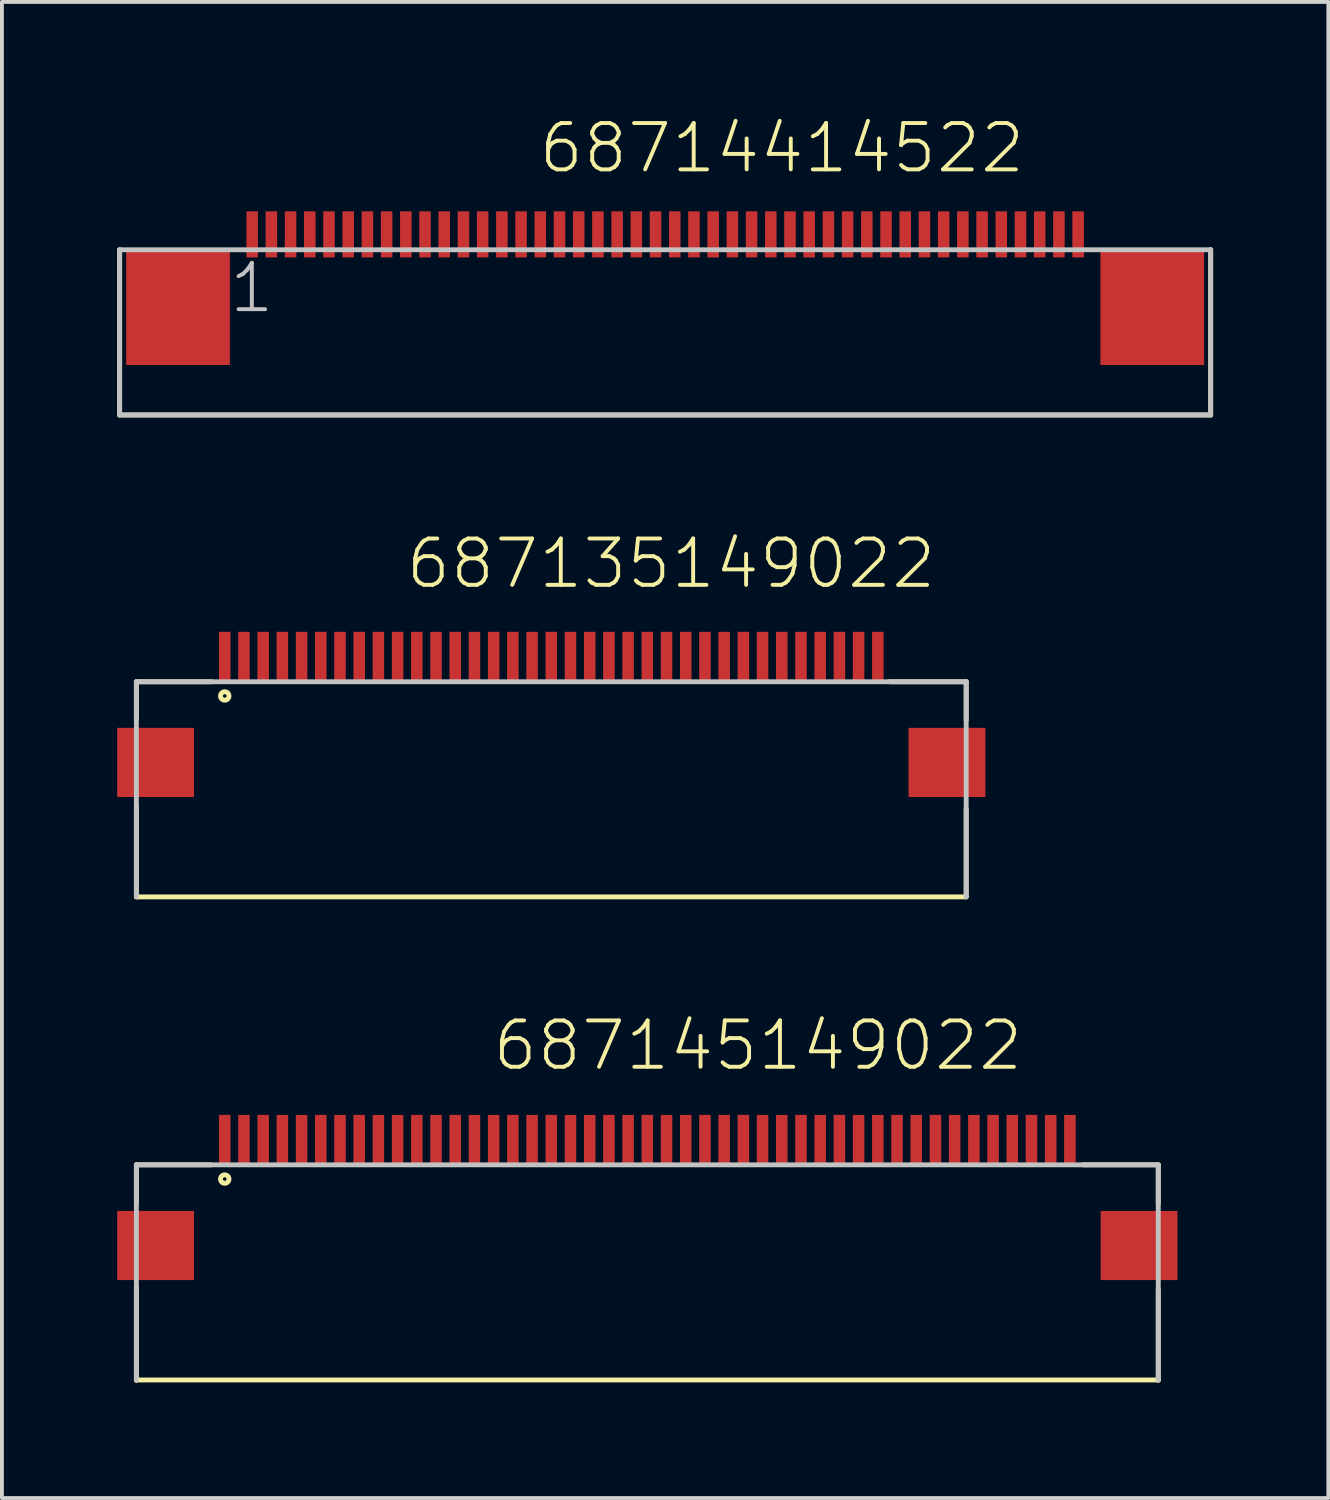
<source format=kicad_pcb>
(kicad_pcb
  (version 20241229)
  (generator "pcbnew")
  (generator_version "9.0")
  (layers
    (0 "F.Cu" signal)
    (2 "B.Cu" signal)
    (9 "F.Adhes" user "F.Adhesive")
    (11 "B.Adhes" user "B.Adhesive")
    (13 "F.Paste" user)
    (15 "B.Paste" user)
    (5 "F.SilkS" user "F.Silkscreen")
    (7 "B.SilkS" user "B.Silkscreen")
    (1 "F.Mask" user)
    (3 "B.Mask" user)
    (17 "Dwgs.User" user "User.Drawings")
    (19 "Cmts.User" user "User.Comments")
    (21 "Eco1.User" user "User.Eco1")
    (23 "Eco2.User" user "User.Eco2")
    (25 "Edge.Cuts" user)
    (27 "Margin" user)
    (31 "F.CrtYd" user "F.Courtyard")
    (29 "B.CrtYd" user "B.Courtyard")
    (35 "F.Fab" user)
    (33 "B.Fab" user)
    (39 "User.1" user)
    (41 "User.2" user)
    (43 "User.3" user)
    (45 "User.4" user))
  (footprint "68714414522"
    (layer "F.Cu")
    (at 14.264 4.951)
    (property "Reference" "68714414522" (at -3.344 -3.44 0) (layer "F.SilkS") (effects (font (size 1.206 1.206) (thickness 0.102)) (justify left bottom)))
    (attr through_hole)
    (fp_line (start -14.2 -1.5) (end -14.2 2.8) (stroke (width 0.127) (type solid)) (layer "F.SilkS"))
    (fp_line (start -14.2 2.8) (end 14.2 2.8) (stroke (width 0.127) (type solid)) (layer "F.SilkS"))
    (fp_line (start 14.2 2.8) (end 14.2 -1.5) (stroke (width 0.127) (type solid)) (layer "F.SilkS"))
    (fp_line (start -14.2 -1.5) (end 14.2 -1.5) (stroke (width 0.127) (type solid)) (layer "Dwgs.User"))
    (fp_line (start -14.2 2.8) (end -14.2 -1.5) (stroke (width 0.127) (type solid)) (layer "Dwgs.User"))
    (fp_line (start -14.2 2.8) (end 14.2 2.8) (stroke (width 0.127) (type solid)) (layer "Dwgs.User"))
    (fp_line (start 14.2 -1.5) (end 14.2 2.8) (stroke (width 0.127) (type solid)) (layer "Dwgs.User"))
    (fp_text user "1" (at -11.4 0.2 0) (layer "Dwgs.User") (effects (font (size 1.206 1.206) (thickness 0.102)) (justify left bottom)))
    (pad "1" smd rect (at -10.75 -1.9) (size 0.3 1.2) (layers "F.Cu" "F.Mask" "F.Paste"))
    (pad "2" smd rect (at -10.25 -1.9) (size 0.3 1.2) (layers "F.Cu" "F.Mask" "F.Paste"))
    (pad "3" smd rect (at -9.75 -1.9) (size 0.3 1.2) (layers "F.Cu" "F.Mask" "F.Paste"))
    (pad "4" smd rect (at -9.25 -1.9) (size 0.3 1.2) (layers "F.Cu" "F.Mask" "F.Paste"))
    (pad "5" smd rect (at -8.75 -1.9) (size 0.3 1.2) (layers "F.Cu" "F.Mask" "F.Paste"))
    (pad "6" smd rect (at -8.25 -1.9) (size 0.3 1.2) (layers "F.Cu" "F.Mask" "F.Paste"))
    (pad "7" smd rect (at -7.75 -1.9) (size 0.3 1.2) (layers "F.Cu" "F.Mask" "F.Paste"))
    (pad "8" smd rect (at -7.25 -1.9) (size 0.3 1.2) (layers "F.Cu" "F.Mask" "F.Paste"))
    (pad "9" smd rect (at -6.75 -1.9) (size 0.3 1.2) (layers "F.Cu" "F.Mask" "F.Paste"))
    (pad "10" smd rect (at -6.25 -1.9) (size 0.3 1.2) (layers "F.Cu" "F.Mask" "F.Paste"))
    (pad "11" smd rect (at -5.75 -1.9) (size 0.3 1.2) (layers "F.Cu" "F.Mask" "F.Paste"))
    (pad "12" smd rect (at -5.25 -1.9) (size 0.3 1.2) (layers "F.Cu" "F.Mask" "F.Paste"))
    (pad "13" smd rect (at -4.75 -1.9) (size 0.3 1.2) (layers "F.Cu" "F.Mask" "F.Paste"))
    (pad "14" smd rect (at -4.25 -1.9) (size 0.3 1.2) (layers "F.Cu" "F.Mask" "F.Paste"))
    (pad "15" smd rect (at -3.75 -1.9) (size 0.3 1.2) (layers "F.Cu" "F.Mask" "F.Paste"))
    (pad "16" smd rect (at -3.25 -1.9) (size 0.3 1.2) (layers "F.Cu" "F.Mask" "F.Paste"))
    (pad "17" smd rect (at -2.75 -1.9) (size 0.3 1.2) (layers "F.Cu" "F.Mask" "F.Paste"))
    (pad "18" smd rect (at -2.25 -1.9) (size 0.3 1.2) (layers "F.Cu" "F.Mask" "F.Paste"))
    (pad "19" smd rect (at -1.75 -1.9) (size 0.3 1.2) (layers "F.Cu" "F.Mask" "F.Paste"))
    (pad "20" smd rect (at -1.25 -1.9) (size 0.3 1.2) (layers "F.Cu" "F.Mask" "F.Paste"))
    (pad "21" smd rect (at -0.75 -1.9) (size 0.3 1.2) (layers "F.Cu" "F.Mask" "F.Paste"))
    (pad "22" smd rect (at -0.25 -1.9) (size 0.3 1.2) (layers "F.Cu" "F.Mask" "F.Paste"))
    (pad "23" smd rect (at 0.25 -1.9) (size 0.3 1.2) (layers "F.Cu" "F.Mask" "F.Paste"))
    (pad "24" smd rect (at 0.75 -1.9) (size 0.3 1.2) (layers "F.Cu" "F.Mask" "F.Paste"))
    (pad "25" smd rect (at 1.25 -1.9) (size 0.3 1.2) (layers "F.Cu" "F.Mask" "F.Paste"))
    (pad "26" smd rect (at 1.75 -1.9) (size 0.3 1.2) (layers "F.Cu" "F.Mask" "F.Paste"))
    (pad "27" smd rect (at 2.25 -1.9) (size 0.3 1.2) (layers "F.Cu" "F.Mask" "F.Paste"))
    (pad "28" smd rect (at 2.75 -1.9) (size 0.3 1.2) (layers "F.Cu" "F.Mask" "F.Paste"))
    (pad "29" smd rect (at 3.25 -1.9) (size 0.3 1.2) (layers "F.Cu" "F.Mask" "F.Paste"))
    (pad "30" smd rect (at 3.75 -1.9) (size 0.3 1.2) (layers "F.Cu" "F.Mask" "F.Paste"))
    (pad "31" smd rect (at 4.25 -1.9) (size 0.3 1.2) (layers "F.Cu" "F.Mask" "F.Paste"))
    (pad "32" smd rect (at 4.75 -1.9) (size 0.3 1.2) (layers "F.Cu" "F.Mask" "F.Paste"))
    (pad "33" smd rect (at 5.25 -1.9) (size 0.3 1.2) (layers "F.Cu" "F.Mask" "F.Paste"))
    (pad "34" smd rect (at 5.75 -1.9) (size 0.3 1.2) (layers "F.Cu" "F.Mask" "F.Paste"))
    (pad "35" smd rect (at 6.25 -1.9) (size 0.3 1.2) (layers "F.Cu" "F.Mask" "F.Paste"))
    (pad "36" smd rect (at 6.75 -1.9) (size 0.3 1.2) (layers "F.Cu" "F.Mask" "F.Paste"))
    (pad "37" smd rect (at 7.25 -1.9) (size 0.3 1.2) (layers "F.Cu" "F.Mask" "F.Paste"))
    (pad "38" smd rect (at 7.75 -1.9) (size 0.3 1.2) (layers "F.Cu" "F.Mask" "F.Paste"))
    (pad "39" smd rect (at 8.25 -1.9) (size 0.3 1.2) (layers "F.Cu" "F.Mask" "F.Paste"))
    (pad "40" smd rect (at 8.75 -1.9) (size 0.3 1.2) (layers "F.Cu" "F.Mask" "F.Paste"))
    (pad "41" smd rect (at 9.25 -1.9) (size 0.3 1.2) (layers "F.Cu" "F.Mask" "F.Paste"))
    (pad "42" smd rect (at 9.75 -1.9) (size 0.3 1.2) (layers "F.Cu" "F.Mask" "F.Paste"))
    (pad "43" smd rect (at 10.25 -1.9) (size 0.3 1.2) (layers "F.Cu" "F.Mask" "F.Paste"))
    (pad "44" smd rect (at 10.75 -1.9) (size 0.3 1.2) (layers "F.Cu" "F.Mask" "F.Paste"))
    (pad "Z1" smd rect (at -12.68 0) (size 2.7 3) (layers "F.Cu" "F.Mask" "F.Paste"))
    (pad "Z2" smd rect (at 12.68 0) (size 2.7 3) (layers "F.Cu" "F.Mask" "F.Paste")))
  (footprint "687135149022"
    (layer "F.Cu")
    (at 11.3 14.046)
    (property "Reference" "687135149022" (at -3.84 -1.72 0) (layer "F.SilkS") (effects (font (size 1.206 1.206) (thickness 0.102)) (justify left bottom)))
    (attr through_hole)
    (fp_line (start -10.8 0.65) (end -10.8 1.62) (stroke (width 0.127) (type solid)) (layer "F.SilkS"))
    (fp_line (start -10.8 3.91) (end -10.8 6.25) (stroke (width 0.127) (type solid)) (layer "F.SilkS"))
    (fp_line (start -8.84 0.65) (end -10.8 0.65) (stroke (width 0.127) (type solid)) (layer "F.SilkS"))
    (fp_line (start 8.81 0.65) (end 10.8 0.65) (stroke (width 0.127) (type solid)) (layer "F.SilkS"))
    (fp_line (start 10.8 0.65) (end 10.8 1.65) (stroke (width 0.127) (type solid)) (layer "F.SilkS"))
    (fp_line (start 10.8 3.96) (end 10.8 6.25) (stroke (width 0.127) (type solid)) (layer "F.SilkS"))
    (fp_line (start 10.8 6.25) (end -10.8 6.25) (stroke (width 0.127) (type solid)) (layer "F.SilkS"))
    (fp_circle (center -8.5 1.02) (end -8.39 1.02) (stroke (width 0.127) (type solid)) (fill no) (layer "F.SilkS"))
    (fp_line (start -10.8 0.65) (end 10.8 0.65) (stroke (width 0.127) (type solid)) (layer "Dwgs.User"))
    (fp_line (start -10.8 6.25) (end -10.8 0.65) (stroke (width 0.127) (type solid)) (layer "Dwgs.User"))
    (fp_line (start 10.8 0.65) (end 10.8 6.25) (stroke (width 0.127) (type solid)) (layer "Dwgs.User"))
    (pad "1" smd rect (at -8.5 0) (size 0.3 1.3) (layers "F.Cu" "F.Mask" "F.Paste"))
    (pad "2" smd rect (at -8 0) (size 0.3 1.3) (layers "F.Cu" "F.Mask" "F.Paste"))
    (pad "3" smd rect (at -7.5 0) (size 0.3 1.3) (layers "F.Cu" "F.Mask" "F.Paste"))
    (pad "4" smd rect (at -7 0) (size 0.3 1.3) (layers "F.Cu" "F.Mask" "F.Paste"))
    (pad "5" smd rect (at -6.5 0) (size 0.3 1.3) (layers "F.Cu" "F.Mask" "F.Paste"))
    (pad "6" smd rect (at -6 0) (size 0.3 1.3) (layers "F.Cu" "F.Mask" "F.Paste"))
    (pad "7" smd rect (at -5.5 0) (size 0.3 1.3) (layers "F.Cu" "F.Mask" "F.Paste"))
    (pad "8" smd rect (at -5 0) (size 0.3 1.3) (layers "F.Cu" "F.Mask" "F.Paste"))
    (pad "9" smd rect (at -4.5 0) (size 0.3 1.3) (layers "F.Cu" "F.Mask" "F.Paste"))
    (pad "10" smd rect (at -4 0) (size 0.3 1.3) (layers "F.Cu" "F.Mask" "F.Paste"))
    (pad "11" smd rect (at -3.5 0) (size 0.3 1.3) (layers "F.Cu" "F.Mask" "F.Paste"))
    (pad "12" smd rect (at -3 0) (size 0.3 1.3) (layers "F.Cu" "F.Mask" "F.Paste"))
    (pad "13" smd rect (at -2.5 0) (size 0.3 1.3) (layers "F.Cu" "F.Mask" "F.Paste"))
    (pad "14" smd rect (at -2 0) (size 0.3 1.3) (layers "F.Cu" "F.Mask" "F.Paste"))
    (pad "15" smd rect (at -1.5 0) (size 0.3 1.3) (layers "F.Cu" "F.Mask" "F.Paste"))
    (pad "16" smd rect (at -1 0) (size 0.3 1.3) (layers "F.Cu" "F.Mask" "F.Paste"))
    (pad "17" smd rect (at -0.5 0) (size 0.3 1.3) (layers "F.Cu" "F.Mask" "F.Paste"))
    (pad "18" smd rect (at 0 0) (size 0.3 1.3) (layers "F.Cu" "F.Mask" "F.Paste"))
    (pad "19" smd rect (at 0.5 0) (size 0.3 1.3) (layers "F.Cu" "F.Mask" "F.Paste"))
    (pad "20" smd rect (at 1 0) (size 0.3 1.3) (layers "F.Cu" "F.Mask" "F.Paste"))
    (pad "21" smd rect (at 1.5 0) (size 0.3 1.3) (layers "F.Cu" "F.Mask" "F.Paste"))
    (pad "22" smd rect (at 2 0) (size 0.3 1.3) (layers "F.Cu" "F.Mask" "F.Paste"))
    (pad "23" smd rect (at 2.5 0) (size 0.3 1.3) (layers "F.Cu" "F.Mask" "F.Paste"))
    (pad "24" smd rect (at 3 0) (size 0.3 1.3) (layers "F.Cu" "F.Mask" "F.Paste"))
    (pad "25" smd rect (at 3.5 0) (size 0.3 1.3) (layers "F.Cu" "F.Mask" "F.Paste"))
    (pad "26" smd rect (at 4 0) (size 0.3 1.3) (layers "F.Cu" "F.Mask" "F.Paste"))
    (pad "27" smd rect (at 4.5 0) (size 0.3 1.3) (layers "F.Cu" "F.Mask" "F.Paste"))
    (pad "28" smd rect (at 5 0) (size 0.3 1.3) (layers "F.Cu" "F.Mask" "F.Paste"))
    (pad "29" smd rect (at 5.5 0) (size 0.3 1.3) (layers "F.Cu" "F.Mask" "F.Paste"))
    (pad "30" smd rect (at 6 0) (size 0.3 1.3) (layers "F.Cu" "F.Mask" "F.Paste"))
    (pad "31" smd rect (at 6.5 0) (size 0.3 1.3) (layers "F.Cu" "F.Mask" "F.Paste"))
    (pad "32" smd rect (at 7 0) (size 0.3 1.3) (layers "F.Cu" "F.Mask" "F.Paste"))
    (pad "33" smd rect (at 7.5 0) (size 0.3 1.3) (layers "F.Cu" "F.Mask" "F.Paste"))
    (pad "34" smd rect (at 8 0) (size 0.3 1.3) (layers "F.Cu" "F.Mask" "F.Paste"))
    (pad "35" smd rect (at 8.5 0) (size 0.3 1.3) (layers "F.Cu" "F.Mask" "F.Paste"))
    (pad "Z1" smd rect (at -10.3 2.75) (size 2 1.8) (layers "F.Cu" "F.Mask" "F.Paste"))
    (pad "Z2" smd rect (at 10.3 2.75) (size 2 1.8) (layers "F.Cu" "F.Mask" "F.Paste")))
  (footprint "687145149022"
    (layer "F.Cu")
    (at 13.8 26.621)
    (property "Reference" "687145149022" (at -4.08 -1.75 0) (layer "F.SilkS") (effects (font (size 1.206 1.206) (thickness 0.102)) (justify left bottom)))
    (attr through_hole)
    (fp_line (start -13.3 0.65) (end -13.3 1.64) (stroke (width 0.127) (type solid)) (layer "F.SilkS"))
    (fp_line (start -13.3 3.83) (end -13.3 6.26) (stroke (width 0.127) (type solid)) (layer "F.SilkS"))
    (fp_line (start -11.36 0.65) (end -13.3 0.65) (stroke (width 0.127) (type solid)) (layer "F.SilkS"))
    (fp_line (start 11.34 0.65) (end 13.3 0.65) (stroke (width 0.127) (type solid)) (layer "F.SilkS"))
    (fp_line (start 13.3 0.65) (end 13.3 1.66) (stroke (width 0.127) (type solid)) (layer "F.SilkS"))
    (fp_line (start 13.3 3.88) (end 13.3 6.26) (stroke (width 0.127) (type solid)) (layer "F.SilkS"))
    (fp_line (start 13.3 6.25) (end -13.3 6.25) (stroke (width 0.127) (type solid)) (layer "F.SilkS"))
    (fp_circle (center -11 1.02) (end -10.89 1.02) (stroke (width 0.127) (type solid)) (fill no) (layer "F.SilkS"))
    (fp_line (start -13.3 0.65) (end 13.3 0.65) (stroke (width 0.127) (type solid)) (layer "Dwgs.User"))
    (fp_line (start -13.3 6.25) (end -13.3 0.65) (stroke (width 0.127) (type solid)) (layer "Dwgs.User"))
    (fp_line (start 13.3 0.65) (end 13.3 6.25) (stroke (width 0.127) (type solid)) (layer "Dwgs.User"))
    (pad "1" smd rect (at -11 0) (size 0.3 1.3) (layers "F.Cu" "F.Mask" "F.Paste"))
    (pad "2" smd rect (at -10.5 0) (size 0.3 1.3) (layers "F.Cu" "F.Mask" "F.Paste"))
    (pad "3" smd rect (at -10 0) (size 0.3 1.3) (layers "F.Cu" "F.Mask" "F.Paste"))
    (pad "4" smd rect (at -9.5 0) (size 0.3 1.3) (layers "F.Cu" "F.Mask" "F.Paste"))
    (pad "5" smd rect (at -9 0) (size 0.3 1.3) (layers "F.Cu" "F.Mask" "F.Paste"))
    (pad "6" smd rect (at -8.5 0) (size 0.3 1.3) (layers "F.Cu" "F.Mask" "F.Paste"))
    (pad "7" smd rect (at -8 0) (size 0.3 1.3) (layers "F.Cu" "F.Mask" "F.Paste"))
    (pad "8" smd rect (at -7.5 0) (size 0.3 1.3) (layers "F.Cu" "F.Mask" "F.Paste"))
    (pad "9" smd rect (at -7 0) (size 0.3 1.3) (layers "F.Cu" "F.Mask" "F.Paste"))
    (pad "10" smd rect (at -6.5 0) (size 0.3 1.3) (layers "F.Cu" "F.Mask" "F.Paste"))
    (pad "11" smd rect (at -6 0) (size 0.3 1.3) (layers "F.Cu" "F.Mask" "F.Paste"))
    (pad "12" smd rect (at -5.5 0) (size 0.3 1.3) (layers "F.Cu" "F.Mask" "F.Paste"))
    (pad "13" smd rect (at -5 0) (size 0.3 1.3) (layers "F.Cu" "F.Mask" "F.Paste"))
    (pad "14" smd rect (at -4.5 0) (size 0.3 1.3) (layers "F.Cu" "F.Mask" "F.Paste"))
    (pad "15" smd rect (at -4 0) (size 0.3 1.3) (layers "F.Cu" "F.Mask" "F.Paste"))
    (pad "16" smd rect (at -3.5 0) (size 0.3 1.3) (layers "F.Cu" "F.Mask" "F.Paste"))
    (pad "17" smd rect (at -3 0) (size 0.3 1.3) (layers "F.Cu" "F.Mask" "F.Paste"))
    (pad "18" smd rect (at -2.5 0) (size 0.3 1.3) (layers "F.Cu" "F.Mask" "F.Paste"))
    (pad "19" smd rect (at -2 0) (size 0.3 1.3) (layers "F.Cu" "F.Mask" "F.Paste"))
    (pad "20" smd rect (at -1.5 0) (size 0.3 1.3) (layers "F.Cu" "F.Mask" "F.Paste"))
    (pad "21" smd rect (at -1 0) (size 0.3 1.3) (layers "F.Cu" "F.Mask" "F.Paste"))
    (pad "22" smd rect (at -0.5 0) (size 0.3 1.3) (layers "F.Cu" "F.Mask" "F.Paste"))
    (pad "23" smd rect (at 0 0) (size 0.3 1.3) (layers "F.Cu" "F.Mask" "F.Paste"))
    (pad "24" smd rect (at 0.5 0) (size 0.3 1.3) (layers "F.Cu" "F.Mask" "F.Paste"))
    (pad "25" smd rect (at 1 0) (size 0.3 1.3) (layers "F.Cu" "F.Mask" "F.Paste"))
    (pad "26" smd rect (at 1.5 0) (size 0.3 1.3) (layers "F.Cu" "F.Mask" "F.Paste"))
    (pad "27" smd rect (at 2 0) (size 0.3 1.3) (layers "F.Cu" "F.Mask" "F.Paste"))
    (pad "28" smd rect (at 2.5 0) (size 0.3 1.3) (layers "F.Cu" "F.Mask" "F.Paste"))
    (pad "29" smd rect (at 3 0) (size 0.3 1.3) (layers "F.Cu" "F.Mask" "F.Paste"))
    (pad "30" smd rect (at 3.5 0) (size 0.3 1.3) (layers "F.Cu" "F.Mask" "F.Paste"))
    (pad "31" smd rect (at 4 0) (size 0.3 1.3) (layers "F.Cu" "F.Mask" "F.Paste"))
    (pad "32" smd rect (at 4.5 0) (size 0.3 1.3) (layers "F.Cu" "F.Mask" "F.Paste"))
    (pad "33" smd rect (at 5 0) (size 0.3 1.3) (layers "F.Cu" "F.Mask" "F.Paste"))
    (pad "34" smd rect (at 5.5 0) (size 0.3 1.3) (layers "F.Cu" "F.Mask" "F.Paste"))
    (pad "35" smd rect (at 6 0) (size 0.3 1.3) (layers "F.Cu" "F.Mask" "F.Paste"))
    (pad "36" smd rect (at 6.5 0) (size 0.3 1.3) (layers "F.Cu" "F.Mask" "F.Paste"))
    (pad "37" smd rect (at 7 0) (size 0.3 1.3) (layers "F.Cu" "F.Mask" "F.Paste"))
    (pad "38" smd rect (at 7.5 0) (size 0.3 1.3) (layers "F.Cu" "F.Mask" "F.Paste"))
    (pad "39" smd rect (at 8 0) (size 0.3 1.3) (layers "F.Cu" "F.Mask" "F.Paste"))
    (pad "40" smd rect (at 8.5 0) (size 0.3 1.3) (layers "F.Cu" "F.Mask" "F.Paste"))
    (pad "41" smd rect (at 9 0) (size 0.3 1.3) (layers "F.Cu" "F.Mask" "F.Paste"))
    (pad "42" smd rect (at 9.5 0) (size 0.3 1.3) (layers "F.Cu" "F.Mask" "F.Paste"))
    (pad "43" smd rect (at 10 0) (size 0.3 1.3) (layers "F.Cu" "F.Mask" "F.Paste"))
    (pad "44" smd rect (at 10.5 0) (size 0.3 1.3) (layers "F.Cu" "F.Mask" "F.Paste"))
    (pad "45" smd rect (at 11 0) (size 0.3 1.3) (layers "F.Cu" "F.Mask" "F.Paste"))
    (pad "Z1" smd rect (at -12.8 2.75) (size 2 1.8) (layers "F.Cu" "F.Mask" "F.Paste"))
    (pad "Z2" smd rect (at 12.8 2.75) (size 2 1.8) (layers "F.Cu" "F.Mask" "F.Paste")))
  (gr_rect
    (start -3 -3)
    (end 31.527 35.944)
    (stroke (width 0.1) (type default))
    (fill no)
    (layer "Edge.Cuts")))
</source>
